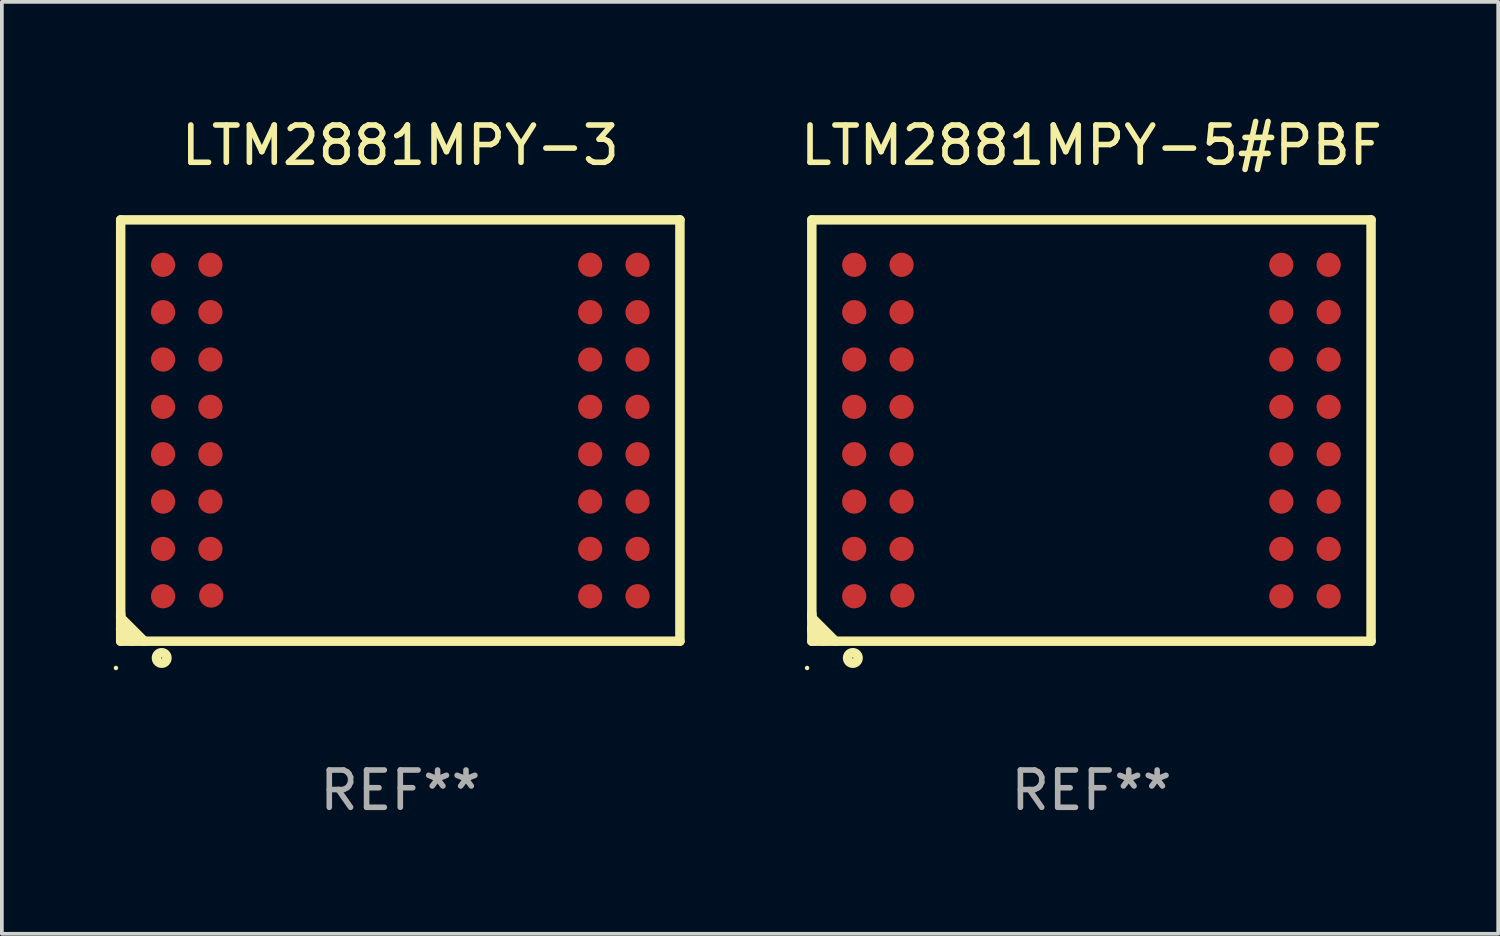
<source format=kicad_pcb>
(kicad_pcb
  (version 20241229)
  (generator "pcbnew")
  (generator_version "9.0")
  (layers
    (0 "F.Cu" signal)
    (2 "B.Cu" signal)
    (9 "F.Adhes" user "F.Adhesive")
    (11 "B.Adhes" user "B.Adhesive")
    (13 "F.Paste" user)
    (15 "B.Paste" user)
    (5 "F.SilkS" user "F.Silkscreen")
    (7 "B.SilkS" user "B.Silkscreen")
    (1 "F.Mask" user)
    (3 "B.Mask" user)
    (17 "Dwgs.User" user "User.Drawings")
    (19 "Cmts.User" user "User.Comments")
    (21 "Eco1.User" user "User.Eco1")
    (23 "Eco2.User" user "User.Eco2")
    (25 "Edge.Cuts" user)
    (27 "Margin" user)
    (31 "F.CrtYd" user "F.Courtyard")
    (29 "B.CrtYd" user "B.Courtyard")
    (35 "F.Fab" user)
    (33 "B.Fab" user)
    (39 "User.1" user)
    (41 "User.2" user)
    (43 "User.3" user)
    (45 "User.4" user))
  (footprint "LTM2881MPY-3"
    (layer "F.Cu")
    (at 7.687 8.498)
    (property "Reference" "LTM2881MPY-3" (at 0 -7.65 0) (layer "F.SilkS") (effects (font (size 1 1) (thickness 0.15))))
    (attr through_hole)
    (fp_line (start -7.5 -5.65) (end -7.5 5.65) (stroke (width 0.254) (type solid)) (layer "F.SilkS"))
    (fp_line (start -7.5 -5.65) (end 7.5 -5.65) (stroke (width 0.254) (type solid)) (layer "F.SilkS"))
    (fp_line (start -7.5 4.911) (end -7.5 5.02) (stroke (width 0.254) (type solid)) (layer "F.SilkS"))
    (fp_line (start -7.5 5.02) (end -6.87 5.65) (stroke (width 0.254) (type solid)) (layer "F.SilkS"))
    (fp_line (start -7.5 5.286) (end -7.5 5.347) (stroke (width 0.254) (type solid)) (layer "F.SilkS"))
    (fp_line (start -7.5 5.347) (end -7.197 5.65) (stroke (width 0.254) (type solid)) (layer "F.SilkS"))
    (fp_line (start -7.5 5.65) (end 7.5 5.65) (stroke (width 0.254) (type solid)) (layer "F.SilkS"))
    (fp_line (start 7.5 -5.65) (end 7.5 5.65) (stroke (width 0.254) (type solid)) (layer "F.SilkS"))
    (fp_circle (center -7.627 6.369) (end -7.597 6.369) (stroke (width 0.06) (type solid)) (fill no) (layer "F.SilkS"))
    (fp_circle (center -6.4 6.1) (end -6.259 6.1) (stroke (width 0.254) (type solid)) (fill no) (layer "F.SilkS"))
    (fp_text user "REF**" (at 0 9.65 0) (layer "F.Fab") (effects (font (size 1 1) (thickness 0.15))))
    (pad "A1" smd circle (at -6.363 4.445) (size 0.65 0.65) (layers "F.Cu" "F.Mask" "F.Paste"))
    (pad "A2" smd circle (at -6.363 3.175) (size 0.65 0.65) (layers "F.Cu" "F.Mask" "F.Paste"))
    (pad "A3" smd circle (at -6.363 1.905) (size 0.65 0.65) (layers "F.Cu" "F.Mask" "F.Paste"))
    (pad "A4" smd circle (at -6.363 0.635) (size 0.65 0.65) (layers "F.Cu" "F.Mask" "F.Paste"))
    (pad "A5" smd circle (at -6.363 -0.635) (size 0.65 0.65) (layers "F.Cu" "F.Mask" "F.Paste"))
    (pad "A6" smd circle (at -6.363 -1.905) (size 0.65 0.65) (layers "F.Cu" "F.Mask" "F.Paste"))
    (pad "A7" smd circle (at -6.363 -3.175) (size 0.65 0.65) (layers "F.Cu" "F.Mask" "F.Paste"))
    (pad "A8" smd circle (at -6.363 -4.445) (size 0.65 0.65) (layers "F.Cu" "F.Mask" "F.Paste"))
    (pad "B1" smd circle (at -5.072 4.425) (size 0.65 0.65) (layers "F.Cu" "F.Mask" "F.Paste"))
    (pad "B2" smd circle (at -5.093 3.175) (size 0.65 0.65) (layers "F.Cu" "F.Mask" "F.Paste"))
    (pad "B3" smd circle (at -5.093 1.905) (size 0.65 0.65) (layers "F.Cu" "F.Mask" "F.Paste"))
    (pad "B4" smd circle (at -5.093 0.635) (size 0.65 0.65) (layers "F.Cu" "F.Mask" "F.Paste"))
    (pad "B5" smd circle (at -5.093 -0.635) (size 0.65 0.65) (layers "F.Cu" "F.Mask" "F.Paste"))
    (pad "B6" smd circle (at -5.093 -1.905) (size 0.65 0.65) (layers "F.Cu" "F.Mask" "F.Paste"))
    (pad "B7" smd circle (at -5.093 -3.175) (size 0.65 0.65) (layers "F.Cu" "F.Mask" "F.Paste"))
    (pad "B8" smd circle (at -5.093 -4.445) (size 0.65 0.65) (layers "F.Cu" "F.Mask" "F.Paste"))
    (pad "K1" smd circle (at 5.093 4.445) (size 0.65 0.65) (layers "F.Cu" "F.Mask" "F.Paste"))
    (pad "K2" smd circle (at 5.093 3.175) (size 0.65 0.65) (layers "F.Cu" "F.Mask" "F.Paste"))
    (pad "K3" smd circle (at 5.093 1.905) (size 0.65 0.65) (layers "F.Cu" "F.Mask" "F.Paste"))
    (pad "K4" smd circle (at 5.093 0.635) (size 0.65 0.65) (layers "F.Cu" "F.Mask" "F.Paste"))
    (pad "K5" smd circle (at 5.093 -0.635) (size 0.65 0.65) (layers "F.Cu" "F.Mask" "F.Paste"))
    (pad "K6" smd circle (at 5.093 -1.905) (size 0.65 0.65) (layers "F.Cu" "F.Mask" "F.Paste"))
    (pad "K7" smd circle (at 5.093 -3.175) (size 0.65 0.65) (layers "F.Cu" "F.Mask" "F.Paste"))
    (pad "K8" smd circle (at 5.093 -4.445) (size 0.65 0.65) (layers "F.Cu" "F.Mask" "F.Paste"))
    (pad "L1" smd circle (at 6.363 4.445) (size 0.65 0.65) (layers "F.Cu" "F.Mask" "F.Paste"))
    (pad "L2" smd circle (at 6.363 3.175) (size 0.65 0.65) (layers "F.Cu" "F.Mask" "F.Paste"))
    (pad "L3" smd circle (at 6.363 1.905) (size 0.65 0.65) (layers "F.Cu" "F.Mask" "F.Paste"))
    (pad "L4" smd circle (at 6.363 0.635) (size 0.65 0.65) (layers "F.Cu" "F.Mask" "F.Paste"))
    (pad "L5" smd circle (at 6.363 -0.635) (size 0.65 0.65) (layers "F.Cu" "F.Mask" "F.Paste"))
    (pad "L6" smd circle (at 6.363 -1.905) (size 0.65 0.65) (layers "F.Cu" "F.Mask" "F.Paste"))
    (pad "L7" smd circle (at 6.363 -3.175) (size 0.65 0.65) (layers "F.Cu" "F.Mask" "F.Paste"))
    (pad "L8" smd circle (at 6.363 -4.445) (size 0.65 0.65) (layers "F.Cu" "F.Mask" "F.Paste")))
  (footprint "LTM2881MPY-5#PBF"
    (layer "F.Cu")
    (at 26.225 8.498)
    (property "Reference" "LTM2881MPY-5#PBF" (at 0 -7.65 0) (layer "F.SilkS") (effects (font (size 1 1) (thickness 0.15))))
    (attr through_hole)
    (fp_line (start -7.5 -5.65) (end -7.5 5.65) (stroke (width 0.254) (type solid)) (layer "F.SilkS"))
    (fp_line (start -7.5 -5.65) (end 7.5 -5.65) (stroke (width 0.254) (type solid)) (layer "F.SilkS"))
    (fp_line (start -7.5 4.911) (end -7.5 5.02) (stroke (width 0.254) (type solid)) (layer "F.SilkS"))
    (fp_line (start -7.5 5.02) (end -6.87 5.65) (stroke (width 0.254) (type solid)) (layer "F.SilkS"))
    (fp_line (start -7.5 5.286) (end -7.5 5.347) (stroke (width 0.254) (type solid)) (layer "F.SilkS"))
    (fp_line (start -7.5 5.347) (end -7.197 5.65) (stroke (width 0.254) (type solid)) (layer "F.SilkS"))
    (fp_line (start -7.5 5.65) (end 7.5 5.65) (stroke (width 0.254) (type solid)) (layer "F.SilkS"))
    (fp_line (start 7.5 -5.65) (end 7.5 5.65) (stroke (width 0.254) (type solid)) (layer "F.SilkS"))
    (fp_circle (center -7.627 6.369) (end -7.597 6.369) (stroke (width 0.06) (type solid)) (fill no) (layer "F.SilkS"))
    (fp_circle (center -6.4 6.1) (end -6.259 6.1) (stroke (width 0.254) (type solid)) (fill no) (layer "F.SilkS"))
    (fp_text user "REF**" (at 0 9.65 0) (layer "F.Fab") (effects (font (size 1 1) (thickness 0.15))))
    (pad "A1" smd circle (at -6.363 4.445) (size 0.65 0.65) (layers "F.Cu" "F.Mask" "F.Paste"))
    (pad "A2" smd circle (at -6.363 3.175) (size 0.65 0.65) (layers "F.Cu" "F.Mask" "F.Paste"))
    (pad "A3" smd circle (at -6.363 1.905) (size 0.65 0.65) (layers "F.Cu" "F.Mask" "F.Paste"))
    (pad "A4" smd circle (at -6.363 0.635) (size 0.65 0.65) (layers "F.Cu" "F.Mask" "F.Paste"))
    (pad "A5" smd circle (at -6.363 -0.635) (size 0.65 0.65) (layers "F.Cu" "F.Mask" "F.Paste"))
    (pad "A6" smd circle (at -6.363 -1.905) (size 0.65 0.65) (layers "F.Cu" "F.Mask" "F.Paste"))
    (pad "A7" smd circle (at -6.363 -3.175) (size 0.65 0.65) (layers "F.Cu" "F.Mask" "F.Paste"))
    (pad "A8" smd circle (at -6.363 -4.445) (size 0.65 0.65) (layers "F.Cu" "F.Mask" "F.Paste"))
    (pad "B1" smd circle (at -5.072 4.425) (size 0.65 0.65) (layers "F.Cu" "F.Mask" "F.Paste"))
    (pad "B2" smd circle (at -5.093 3.175) (size 0.65 0.65) (layers "F.Cu" "F.Mask" "F.Paste"))
    (pad "B3" smd circle (at -5.093 1.905) (size 0.65 0.65) (layers "F.Cu" "F.Mask" "F.Paste"))
    (pad "B4" smd circle (at -5.093 0.635) (size 0.65 0.65) (layers "F.Cu" "F.Mask" "F.Paste"))
    (pad "B5" smd circle (at -5.093 -0.635) (size 0.65 0.65) (layers "F.Cu" "F.Mask" "F.Paste"))
    (pad "B6" smd circle (at -5.093 -1.905) (size 0.65 0.65) (layers "F.Cu" "F.Mask" "F.Paste"))
    (pad "B7" smd circle (at -5.093 -3.175) (size 0.65 0.65) (layers "F.Cu" "F.Mask" "F.Paste"))
    (pad "B8" smd circle (at -5.093 -4.445) (size 0.65 0.65) (layers "F.Cu" "F.Mask" "F.Paste"))
    (pad "K1" smd circle (at 5.093 4.445) (size 0.65 0.65) (layers "F.Cu" "F.Mask" "F.Paste"))
    (pad "K2" smd circle (at 5.093 3.175) (size 0.65 0.65) (layers "F.Cu" "F.Mask" "F.Paste"))
    (pad "K3" smd circle (at 5.093 1.905) (size 0.65 0.65) (layers "F.Cu" "F.Mask" "F.Paste"))
    (pad "K4" smd circle (at 5.093 0.635) (size 0.65 0.65) (layers "F.Cu" "F.Mask" "F.Paste"))
    (pad "K5" smd circle (at 5.093 -0.635) (size 0.65 0.65) (layers "F.Cu" "F.Mask" "F.Paste"))
    (pad "K6" smd circle (at 5.093 -1.905) (size 0.65 0.65) (layers "F.Cu" "F.Mask" "F.Paste"))
    (pad "K7" smd circle (at 5.093 -3.175) (size 0.65 0.65) (layers "F.Cu" "F.Mask" "F.Paste"))
    (pad "K8" smd circle (at 5.093 -4.445) (size 0.65 0.65) (layers "F.Cu" "F.Mask" "F.Paste"))
    (pad "L1" smd circle (at 6.363 4.445) (size 0.65 0.65) (layers "F.Cu" "F.Mask" "F.Paste"))
    (pad "L2" smd circle (at 6.363 3.175) (size 0.65 0.65) (layers "F.Cu" "F.Mask" "F.Paste"))
    (pad "L3" smd circle (at 6.363 1.905) (size 0.65 0.65) (layers "F.Cu" "F.Mask" "F.Paste"))
    (pad "L4" smd circle (at 6.363 0.635) (size 0.65 0.65) (layers "F.Cu" "F.Mask" "F.Paste"))
    (pad "L5" smd circle (at 6.363 -0.635) (size 0.65 0.65) (layers "F.Cu" "F.Mask" "F.Paste"))
    (pad "L6" smd circle (at 6.363 -1.905) (size 0.65 0.65) (layers "F.Cu" "F.Mask" "F.Paste"))
    (pad "L7" smd circle (at 6.363 -3.175) (size 0.65 0.65) (layers "F.Cu" "F.Mask" "F.Paste"))
    (pad "L8" smd circle (at 6.363 -4.445) (size 0.65 0.65) (layers "F.Cu" "F.Mask" "F.Paste")))
  (gr_rect
    (start -3 -3)
    (end 37.135 21.997)
    (stroke (width 0.1) (type default))
    (fill no)
    (layer "Edge.Cuts")))
</source>
